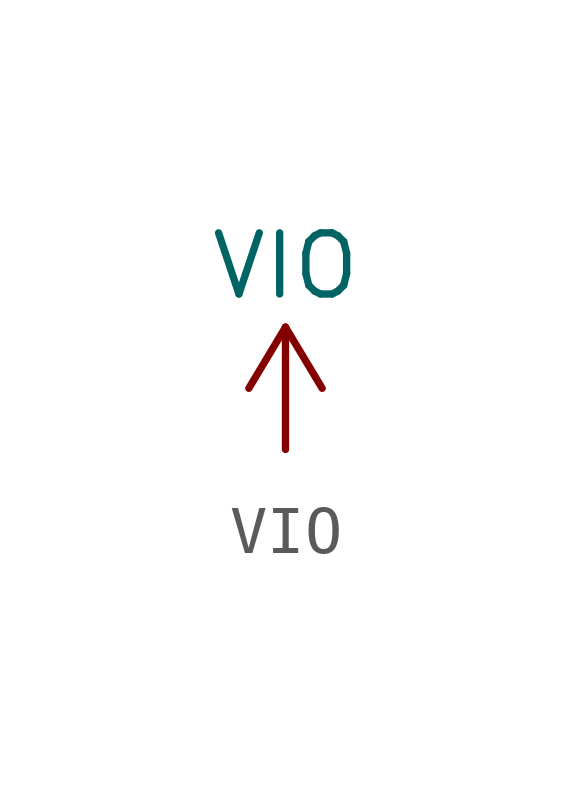
<source format=kicad_sym>
(kicad_symbol_lib
  (version 20211014)
  (generator kicad_symbol_editor)
  (symbol "VIO"
    (power)
    (pin_names
      (offset 0))
    (property "Reference" "#PWR"
      (at 0 -3.81 0)
      (effects (font (size 1.27 1.27)) hide))
    (property "Value" "VIO"
      (at 0 3.81 0)
      (effects (font (size 1.27 1.27))))
    (symbol "VIO_0_1"
      (polyline (pts (xy -0.762 1.27) (xy 0 2.54)) (stroke (width 0) (type default) (color 0 0 0 0)) (fill (type none)))
      (polyline (pts (xy 0 0) (xy 0 2.54)) (stroke (width 0) (type default) (color 0 0 0 0)) (fill (type none)))
      (polyline (pts (xy 0 2.54) (xy 0.762 1.27)) (stroke (width 0) (type default) (color 0 0 0 0)) (fill (type none))))
    (symbol "VIO_1_1"
      (pin power_in line (at 0 0 90) (length 0) hide (name "VIO" (effects (font (size 1.27 1.27)))) (number "1" (effects (font (size 1.27 1.27))))))))
</source>
